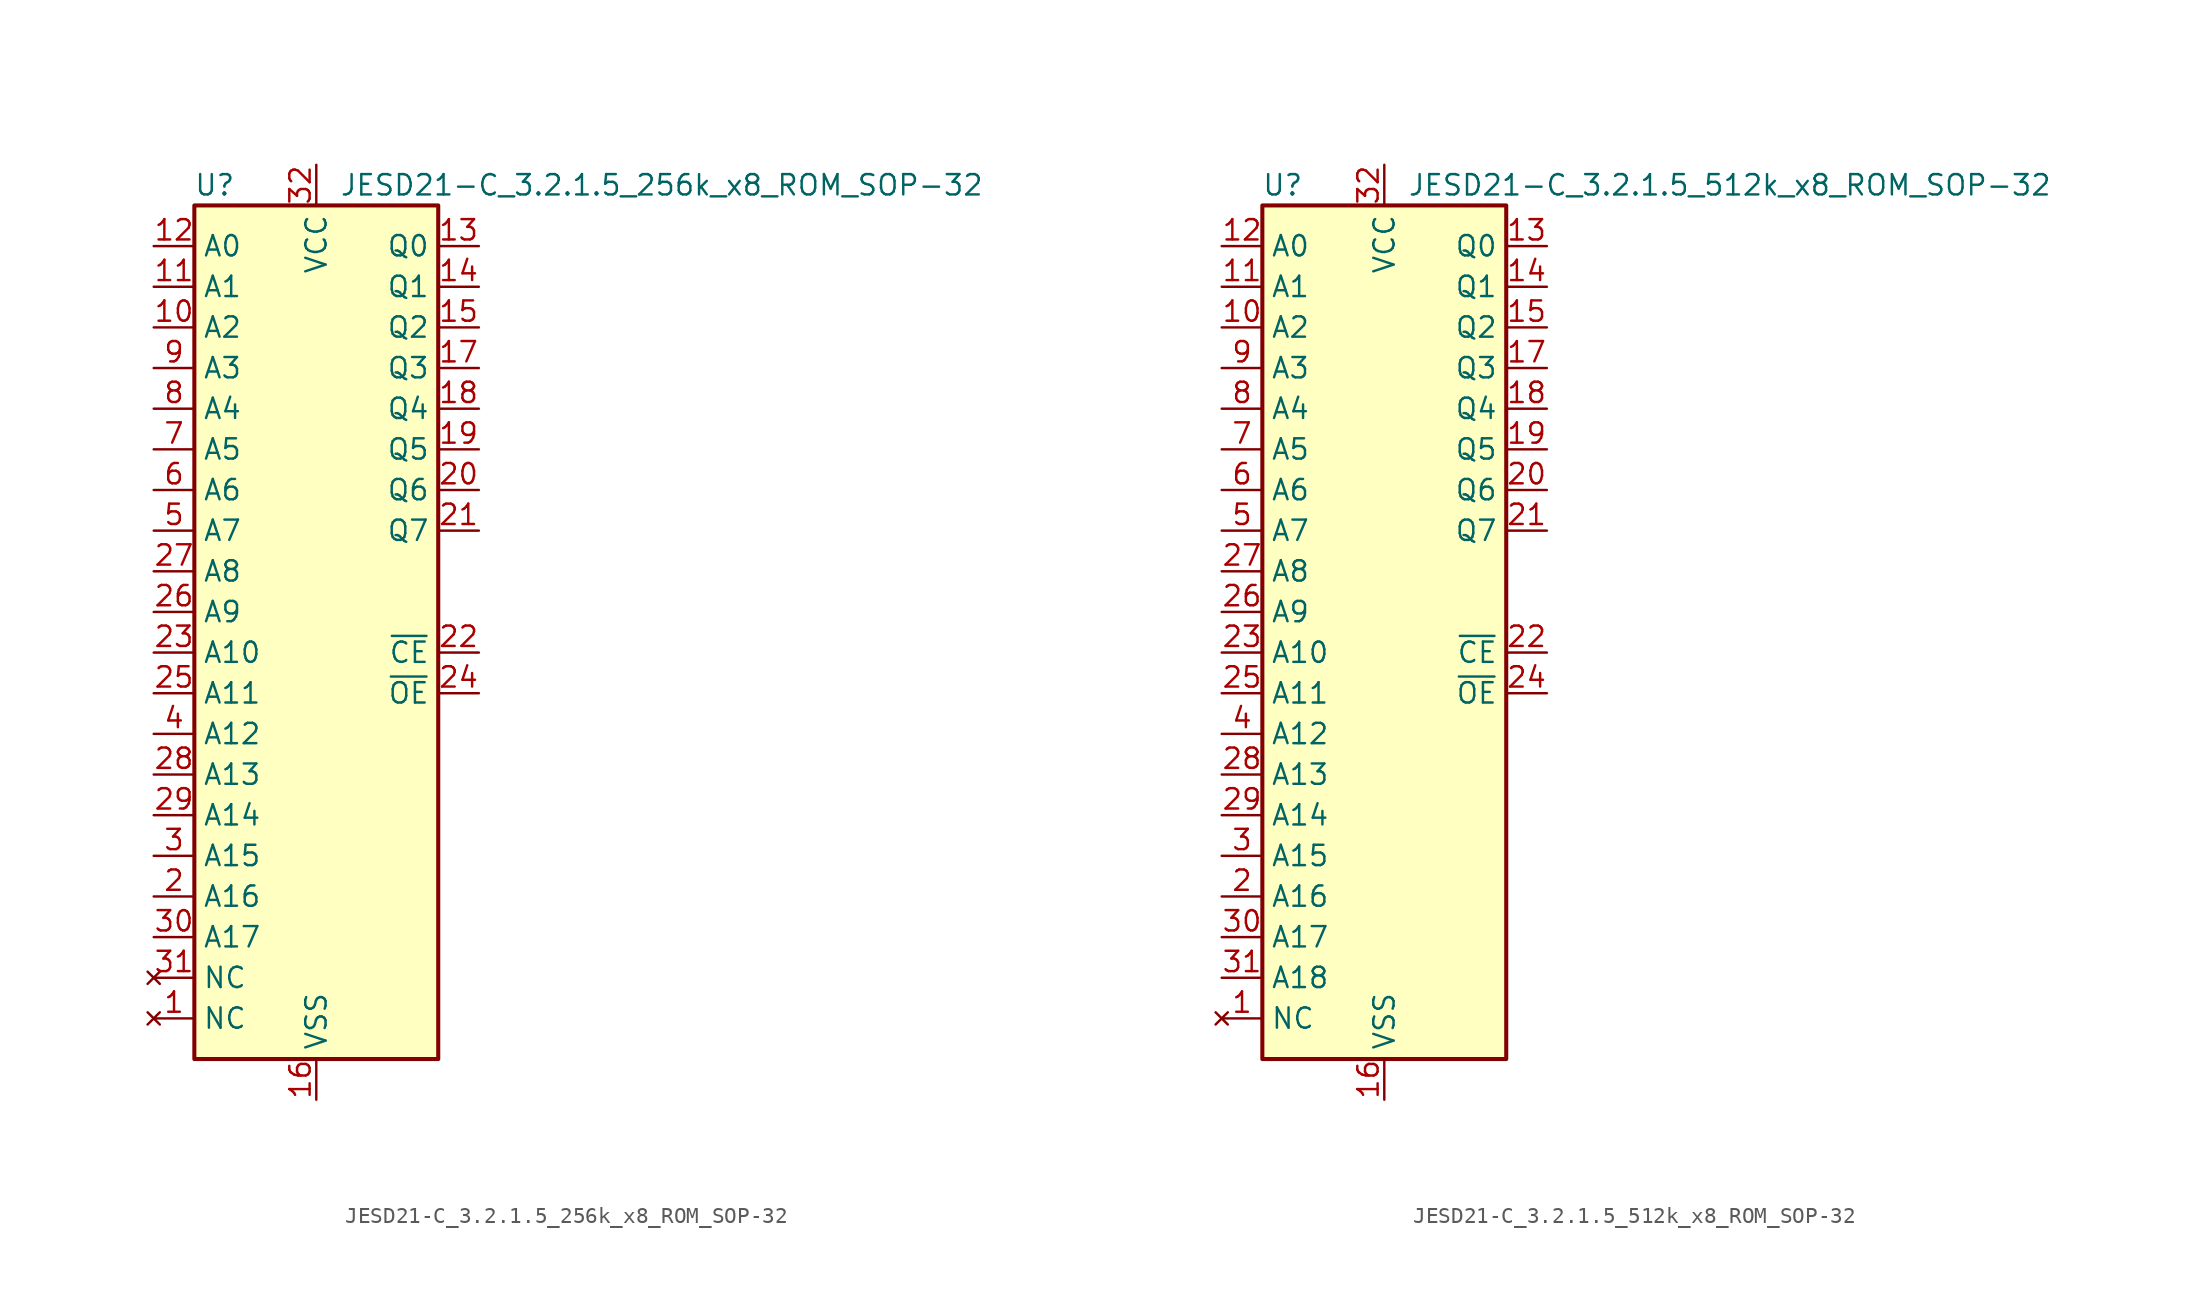
<source format=kicad_sym>
(kicad_symbol_lib
  (version 20231120)
  (generator "kicad_symbol_editor")
  (generator_version "8.0")
  (symbol "JESD21-C_3.2.1.5_256k_x8_ROM_SOP-32"
    (property "Reference" "U"
      (at -6.35 26.67 0)
      (effects (font (size 1.27 1.27))))
    (property "Value" "JESD21-C_3.2.1.5_256k_x8_ROM_SOP-32"
      (at 21.59 26.67 0)
      (effects (font (size 1.27 1.27))))
    (symbol "JESD21-C_3.2.1.5_256k_x8_ROM_SOP-32_0_1"
      (rectangle (start -7.62 25.4) (end 7.62 -27.94) (stroke (width 0.254) (type default)) (fill (type background))))
    (symbol "JESD21-C_3.2.1.5_256k_x8_ROM_SOP-32_1_1"
      (pin no_connect line (at -10.16 -25.4 0) (length 2.54) (name "NC" (effects (font (size 1.27 1.27)))) (number "1" (effects (font (size 1.27 1.27)))))
      (pin input line (at -10.16 17.78 0) (length 2.54) (name "A2" (effects (font (size 1.27 1.27)))) (number "10" (effects (font (size 1.27 1.27)))))
      (pin input line (at -10.16 20.32 0) (length 2.54) (name "A1" (effects (font (size 1.27 1.27)))) (number "11" (effects (font (size 1.27 1.27)))))
      (pin input line (at -10.16 22.86 0) (length 2.54) (name "A0" (effects (font (size 1.27 1.27)))) (number "12" (effects (font (size 1.27 1.27)))))
      (pin tri_state line (at 10.16 22.86 180) (length 2.54) (name "Q0" (effects (font (size 1.27 1.27)))) (number "13" (effects (font (size 1.27 1.27)))))
      (pin tri_state line (at 10.16 20.32 180) (length 2.54) (name "Q1" (effects (font (size 1.27 1.27)))) (number "14" (effects (font (size 1.27 1.27)))))
      (pin tri_state line (at 10.16 17.78 180) (length 2.54) (name "Q2" (effects (font (size 1.27 1.27)))) (number "15" (effects (font (size 1.27 1.27)))))
      (pin power_in line (at 0 -30.48 90) (length 2.54) (name "VSS" (effects (font (size 1.27 1.27)))) (number "16" (effects (font (size 1.27 1.27)))))
      (pin tri_state line (at 10.16 15.24 180) (length 2.54) (name "Q3" (effects (font (size 1.27 1.27)))) (number "17" (effects (font (size 1.27 1.27)))))
      (pin tri_state line (at 10.16 12.7 180) (length 2.54) (name "Q4" (effects (font (size 1.27 1.27)))) (number "18" (effects (font (size 1.27 1.27)))))
      (pin tri_state line (at 10.16 10.16 180) (length 2.54) (name "Q5" (effects (font (size 1.27 1.27)))) (number "19" (effects (font (size 1.27 1.27)))))
      (pin input line (at -10.16 -17.78 0) (length 2.54) (name "A16" (effects (font (size 1.27 1.27)))) (number "2" (effects (font (size 1.27 1.27)))))
      (pin tri_state line (at 10.16 7.62 180) (length 2.54) (name "Q6" (effects (font (size 1.27 1.27)))) (number "20" (effects (font (size 1.27 1.27)))))
      (pin tri_state line (at 10.16 5.08 180) (length 2.54) (name "Q7" (effects (font (size 1.27 1.27)))) (number "21" (effects (font (size 1.27 1.27)))))
      (pin input line (at 10.16 -2.54 180) (length 2.54) (name "~{CE}" (effects (font (size 1.27 1.27)))) (number "22" (effects (font (size 1.27 1.27)))) (alternate "~{CS1}" input line) (alternate "~{E}" input line) (alternate "~{S1}" input line))
      (pin input line (at -10.16 -2.54 0) (length 2.54) (name "A10" (effects (font (size 1.27 1.27)))) (number "23" (effects (font (size 1.27 1.27)))))
      (pin input line (at 10.16 -5.08 180) (length 2.54) (name "~{OE}" (effects (font (size 1.27 1.27)))) (number "24" (effects (font (size 1.27 1.27)))) (alternate "~{G}" input line))
      (pin input line (at -10.16 -5.08 0) (length 2.54) (name "A11" (effects (font (size 1.27 1.27)))) (number "25" (effects (font (size 1.27 1.27)))))
      (pin input line (at -10.16 0 0) (length 2.54) (name "A9" (effects (font (size 1.27 1.27)))) (number "26" (effects (font (size 1.27 1.27)))))
      (pin input line (at -10.16 2.54 0) (length 2.54) (name "A8" (effects (font (size 1.27 1.27)))) (number "27" (effects (font (size 1.27 1.27)))))
      (pin input line (at -10.16 -10.16 0) (length 2.54) (name "A13" (effects (font (size 1.27 1.27)))) (number "28" (effects (font (size 1.27 1.27)))))
      (pin input line (at -10.16 -12.7 0) (length 2.54) (name "A14" (effects (font (size 1.27 1.27)))) (number "29" (effects (font (size 1.27 1.27)))))
      (pin input line (at -10.16 -15.24 0) (length 2.54) (name "A15" (effects (font (size 1.27 1.27)))) (number "3" (effects (font (size 1.27 1.27)))))
      (pin input line (at -10.16 -20.32 0) (length 2.54) (name "A17" (effects (font (size 1.27 1.27)))) (number "30" (effects (font (size 1.27 1.27)))))
      (pin no_connect line (at -10.16 -22.86 0) (length 2.54) (name "NC" (effects (font (size 1.27 1.27)))) (number "31" (effects (font (size 1.27 1.27)))) (alternate "CS2" input line) (alternate "S2" input line) (alternate "~{CS2}" input line) (alternate "~{S2}" input line))
      (pin power_in line (at 0 27.94 270) (length 2.54) (name "VCC" (effects (font (size 1.27 1.27)))) (number "32" (effects (font (size 1.27 1.27)))))
      (pin input line (at -10.16 -7.62 0) (length 2.54) (name "A12" (effects (font (size 1.27 1.27)))) (number "4" (effects (font (size 1.27 1.27)))))
      (pin input line (at -10.16 5.08 0) (length 2.54) (name "A7" (effects (font (size 1.27 1.27)))) (number "5" (effects (font (size 1.27 1.27)))))
      (pin input line (at -10.16 7.62 0) (length 2.54) (name "A6" (effects (font (size 1.27 1.27)))) (number "6" (effects (font (size 1.27 1.27)))))
      (pin input line (at -10.16 10.16 0) (length 2.54) (name "A5" (effects (font (size 1.27 1.27)))) (number "7" (effects (font (size 1.27 1.27)))))
      (pin input line (at -10.16 12.7 0) (length 2.54) (name "A4" (effects (font (size 1.27 1.27)))) (number "8" (effects (font (size 1.27 1.27)))))
      (pin input line (at -10.16 15.24 0) (length 2.54) (name "A3" (effects (font (size 1.27 1.27)))) (number "9" (effects (font (size 1.27 1.27)))))))
  (symbol "JESD21-C_3.2.1.5_512k_x8_ROM_SOP-32"
    (property "Reference" "U"
      (at -6.35 26.67 0)
      (effects (font (size 1.27 1.27))))
    (property "Value" "JESD21-C_3.2.1.5_512k_x8_ROM_SOP-32"
      (at 21.59 26.67 0)
      (effects (font (size 1.27 1.27))))
    (symbol "JESD21-C_3.2.1.5_512k_x8_ROM_SOP-32_0_1"
      (rectangle (start -7.62 25.4) (end 7.62 -27.94) (stroke (width 0.254) (type default)) (fill (type background))))
    (symbol "JESD21-C_3.2.1.5_512k_x8_ROM_SOP-32_1_1"
      (pin no_connect line (at -10.16 -25.4 0) (length 2.54) (name "NC" (effects (font (size 1.27 1.27)))) (number "1" (effects (font (size 1.27 1.27)))))
      (pin input line (at -10.16 17.78 0) (length 2.54) (name "A2" (effects (font (size 1.27 1.27)))) (number "10" (effects (font (size 1.27 1.27)))))
      (pin input line (at -10.16 20.32 0) (length 2.54) (name "A1" (effects (font (size 1.27 1.27)))) (number "11" (effects (font (size 1.27 1.27)))))
      (pin input line (at -10.16 22.86 0) (length 2.54) (name "A0" (effects (font (size 1.27 1.27)))) (number "12" (effects (font (size 1.27 1.27)))))
      (pin tri_state line (at 10.16 22.86 180) (length 2.54) (name "Q0" (effects (font (size 1.27 1.27)))) (number "13" (effects (font (size 1.27 1.27)))))
      (pin tri_state line (at 10.16 20.32 180) (length 2.54) (name "Q1" (effects (font (size 1.27 1.27)))) (number "14" (effects (font (size 1.27 1.27)))))
      (pin tri_state line (at 10.16 17.78 180) (length 2.54) (name "Q2" (effects (font (size 1.27 1.27)))) (number "15" (effects (font (size 1.27 1.27)))))
      (pin power_in line (at 0 -30.48 90) (length 2.54) (name "VSS" (effects (font (size 1.27 1.27)))) (number "16" (effects (font (size 1.27 1.27)))))
      (pin tri_state line (at 10.16 15.24 180) (length 2.54) (name "Q3" (effects (font (size 1.27 1.27)))) (number "17" (effects (font (size 1.27 1.27)))))
      (pin tri_state line (at 10.16 12.7 180) (length 2.54) (name "Q4" (effects (font (size 1.27 1.27)))) (number "18" (effects (font (size 1.27 1.27)))))
      (pin tri_state line (at 10.16 10.16 180) (length 2.54) (name "Q5" (effects (font (size 1.27 1.27)))) (number "19" (effects (font (size 1.27 1.27)))))
      (pin input line (at -10.16 -17.78 0) (length 2.54) (name "A16" (effects (font (size 1.27 1.27)))) (number "2" (effects (font (size 1.27 1.27)))))
      (pin tri_state line (at 10.16 7.62 180) (length 2.54) (name "Q6" (effects (font (size 1.27 1.27)))) (number "20" (effects (font (size 1.27 1.27)))))
      (pin tri_state line (at 10.16 5.08 180) (length 2.54) (name "Q7" (effects (font (size 1.27 1.27)))) (number "21" (effects (font (size 1.27 1.27)))))
      (pin input line (at 10.16 -2.54 180) (length 2.54) (name "~{CE}" (effects (font (size 1.27 1.27)))) (number "22" (effects (font (size 1.27 1.27)))) (alternate "~{E}" input line))
      (pin input line (at -10.16 -2.54 0) (length 2.54) (name "A10" (effects (font (size 1.27 1.27)))) (number "23" (effects (font (size 1.27 1.27)))))
      (pin input line (at 10.16 -5.08 180) (length 2.54) (name "~{OE}" (effects (font (size 1.27 1.27)))) (number "24" (effects (font (size 1.27 1.27)))) (alternate "~{G}" input line))
      (pin input line (at -10.16 -5.08 0) (length 2.54) (name "A11" (effects (font (size 1.27 1.27)))) (number "25" (effects (font (size 1.27 1.27)))))
      (pin input line (at -10.16 0 0) (length 2.54) (name "A9" (effects (font (size 1.27 1.27)))) (number "26" (effects (font (size 1.27 1.27)))))
      (pin input line (at -10.16 2.54 0) (length 2.54) (name "A8" (effects (font (size 1.27 1.27)))) (number "27" (effects (font (size 1.27 1.27)))))
      (pin input line (at -10.16 -10.16 0) (length 2.54) (name "A13" (effects (font (size 1.27 1.27)))) (number "28" (effects (font (size 1.27 1.27)))))
      (pin input line (at -10.16 -12.7 0) (length 2.54) (name "A14" (effects (font (size 1.27 1.27)))) (number "29" (effects (font (size 1.27 1.27)))))
      (pin input line (at -10.16 -15.24 0) (length 2.54) (name "A15" (effects (font (size 1.27 1.27)))) (number "3" (effects (font (size 1.27 1.27)))))
      (pin input line (at -10.16 -20.32 0) (length 2.54) (name "A17" (effects (font (size 1.27 1.27)))) (number "30" (effects (font (size 1.27 1.27)))))
      (pin input line (at -10.16 -22.86 0) (length 2.54) (name "A18" (effects (font (size 1.27 1.27)))) (number "31" (effects (font (size 1.27 1.27)))))
      (pin power_in line (at 0 27.94 270) (length 2.54) (name "VCC" (effects (font (size 1.27 1.27)))) (number "32" (effects (font (size 1.27 1.27)))))
      (pin input line (at -10.16 -7.62 0) (length 2.54) (name "A12" (effects (font (size 1.27 1.27)))) (number "4" (effects (font (size 1.27 1.27)))))
      (pin input line (at -10.16 5.08 0) (length 2.54) (name "A7" (effects (font (size 1.27 1.27)))) (number "5" (effects (font (size 1.27 1.27)))))
      (pin input line (at -10.16 7.62 0) (length 2.54) (name "A6" (effects (font (size 1.27 1.27)))) (number "6" (effects (font (size 1.27 1.27)))))
      (pin input line (at -10.16 10.16 0) (length 2.54) (name "A5" (effects (font (size 1.27 1.27)))) (number "7" (effects (font (size 1.27 1.27)))))
      (pin input line (at -10.16 12.7 0) (length 2.54) (name "A4" (effects (font (size 1.27 1.27)))) (number "8" (effects (font (size 1.27 1.27)))))
      (pin input line (at -10.16 15.24 0) (length 2.54) (name "A3" (effects (font (size 1.27 1.27)))) (number "9" (effects (font (size 1.27 1.27))))))))
</source>
